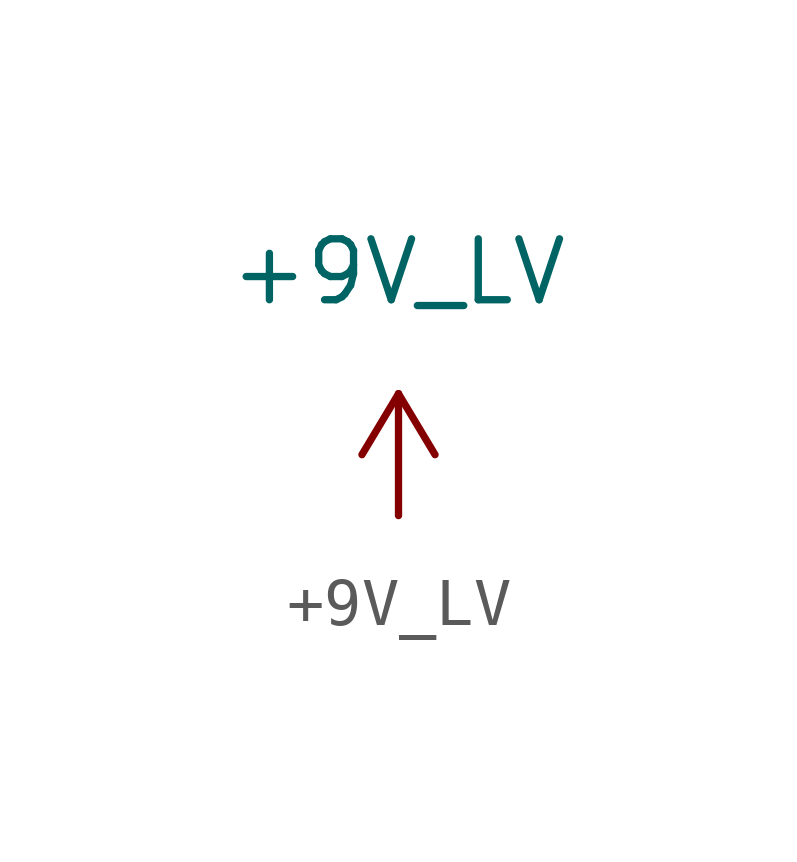
<source format=kicad_sym>
(kicad_symbol_lib
  (version 20211014)
  (generator kicad_symbol_editor)
  (symbol "+9V_LV"
    (power)
    (pin_numbers hide)
    (pin_names
      (offset 0))
    (property "Reference" "#PWR"
      (at 1.27 0 90)
      (effects (font (size 1.27 1.27)) hide))
    (property "Value" "+9V_LV"
      (at 0 5.08 0)
      (effects (font (size 1.27 1.27))))
    (symbol "+9V_LV_1_1"
      (polyline (pts (xy -0.762 1.27) (xy 0 2.54)) (stroke (width 0) (type default) (color 0 0 0 0)) (fill (type none)))
      (polyline (pts (xy 0 0) (xy 0 2.54)) (stroke (width 0) (type default) (color 0 0 0 0)) (fill (type none)))
      (polyline (pts (xy 0 2.54) (xy 0.762 1.27)) (stroke (width 0) (type default) (color 0 0 0 0)) (fill (type none)))
      (pin power_in line (at 0 0 90) (length 0) hide (name "+9V_LV" (effects (font (size 1.27 1.27)))) (number "1" (effects (font (size 1.27 1.27))))))))
</source>
